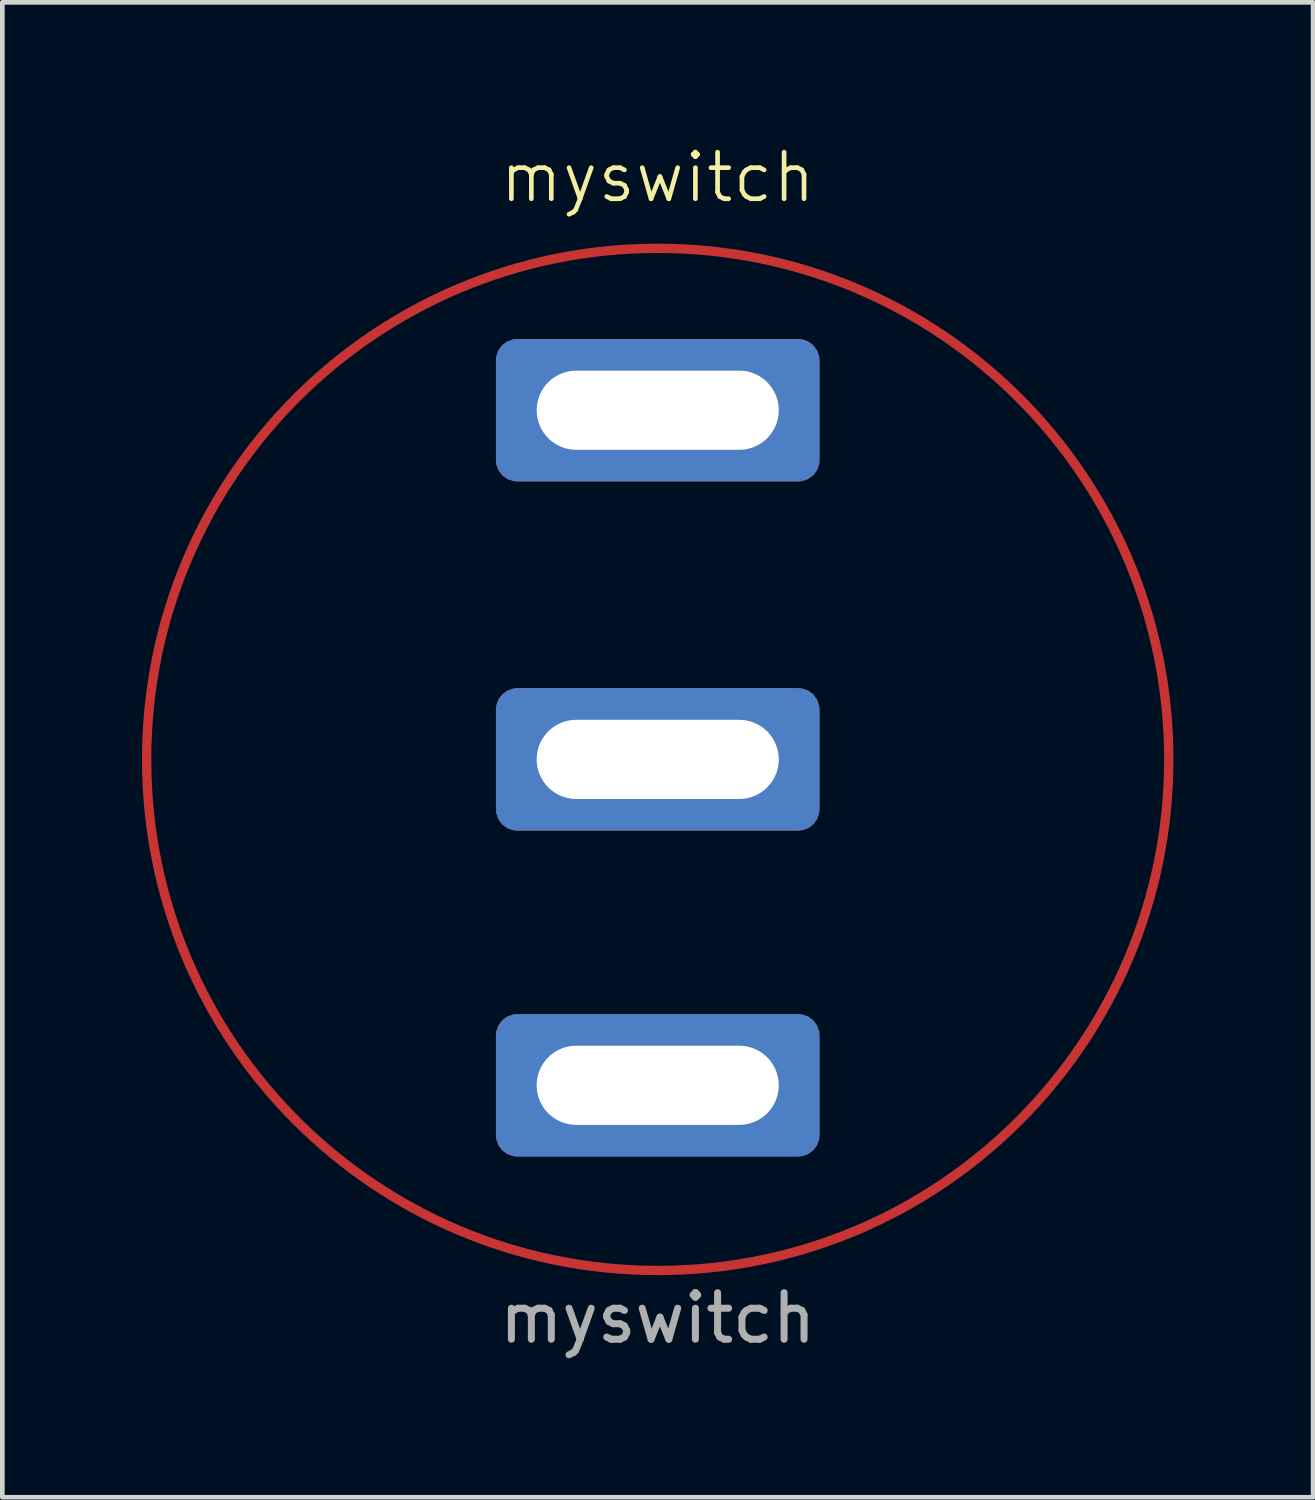
<source format=kicad_pcb>
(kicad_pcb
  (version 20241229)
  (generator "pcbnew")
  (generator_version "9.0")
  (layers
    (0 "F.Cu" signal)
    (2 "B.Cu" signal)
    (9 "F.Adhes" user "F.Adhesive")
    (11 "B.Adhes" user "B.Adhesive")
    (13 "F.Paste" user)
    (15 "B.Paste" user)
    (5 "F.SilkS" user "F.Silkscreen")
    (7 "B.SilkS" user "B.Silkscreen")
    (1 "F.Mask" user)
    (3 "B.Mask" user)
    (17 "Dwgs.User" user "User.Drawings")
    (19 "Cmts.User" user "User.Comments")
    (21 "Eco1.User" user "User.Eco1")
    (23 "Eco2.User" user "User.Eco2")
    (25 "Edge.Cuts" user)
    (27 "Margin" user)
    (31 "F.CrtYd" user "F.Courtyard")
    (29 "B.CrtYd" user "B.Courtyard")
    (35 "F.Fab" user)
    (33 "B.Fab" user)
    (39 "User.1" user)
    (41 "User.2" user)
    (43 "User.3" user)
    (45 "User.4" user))
  (footprint "myswitch"
    (layer "F.Cu")
    (at 11.077 13.261)
    (property "Reference" "myswitch" (at 0 -12.5 0) (unlocked yes) (layer "F.SilkS") (effects (font (size 1 1) (thickness 0.1))))
    (attr smd)
    (fp_circle (center 0 0) (end -9.5 -5.5) (stroke (width 0.2) (type default)) (fill no) (layer "F.Cu"))
    (fp_text user "${REFERENCE}" (at 0 12 0) (unlocked yes) (layer "F.Fab") (effects (font (size 1 1) (thickness 0.15))))
    (pad "1" thru_hole roundrect (at 0 -7.5) (size 6.95 3.06) (drill oval 5.2 1.7) (layers "*.Cu" "*.Mask") (roundrect_rratio 0.15))
    (pad "2" thru_hole roundrect (at 0 0) (size 6.95 3.06) (drill oval 5.2 1.7) (layers "*.Cu" "*.Mask") (roundrect_rratio 0.15))
    (pad "3" thru_hole roundrect (at 0 7) (size 6.95 3.06) (drill oval 5.2 1.7) (layers "*.Cu" "*.Mask") (roundrect_rratio 0.15)))
  (gr_rect
    (start -3 -3)
    (end 25.154 29.109)
    (stroke (width 0.1) (type default))
    (fill no)
    (layer "Edge.Cuts")))
</source>
